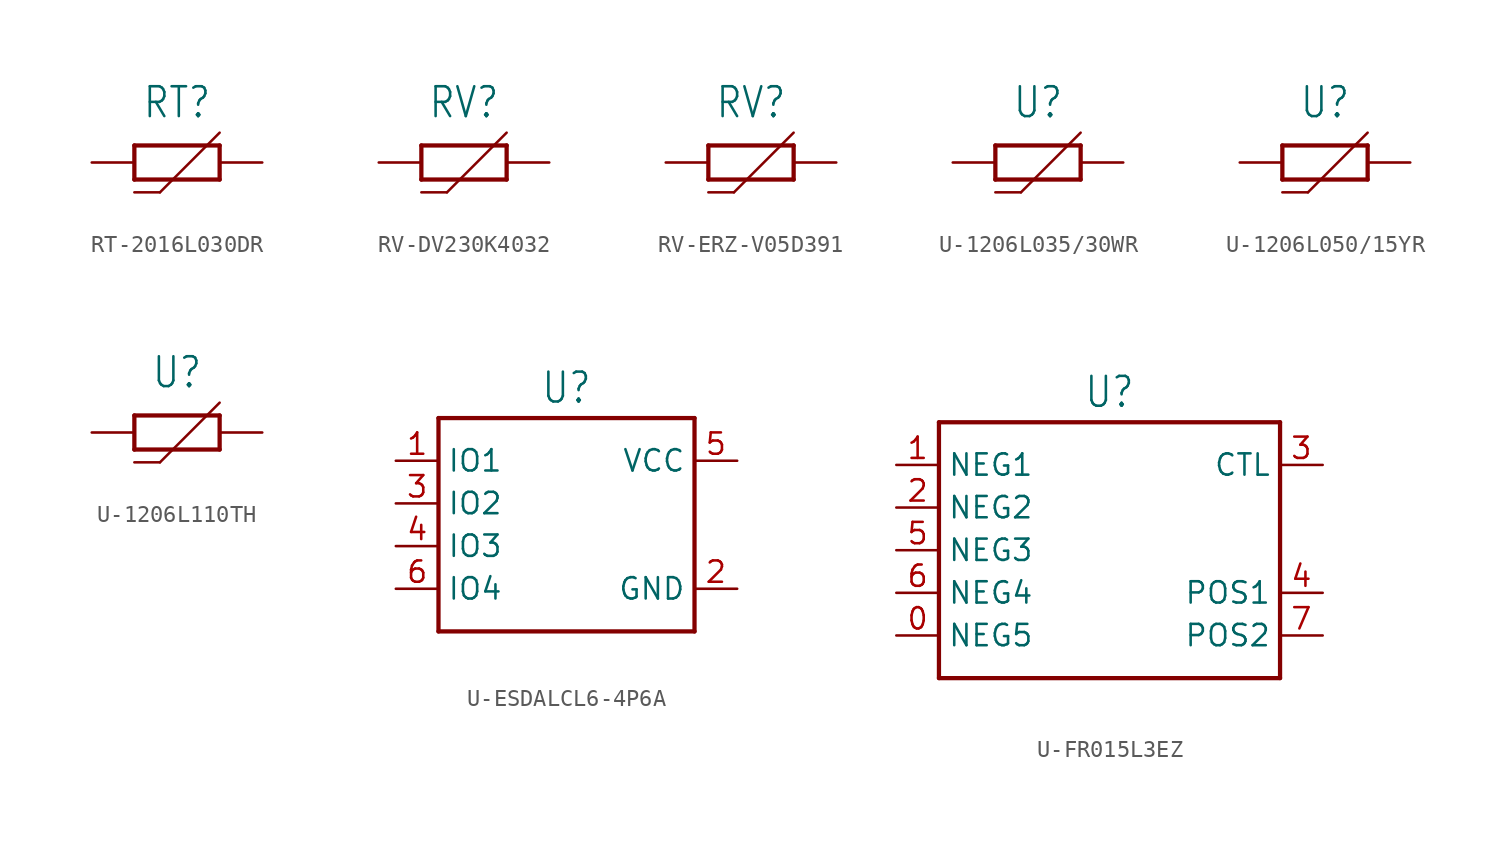
<source format=kicad_sym>
(kicad_symbol_lib
  (version 20231120)
  (generator "kicad_symbol_editor")
  (generator_version "8.0")
  (symbol "RT-2016L030DR"
    (property "Reference" "RT"
      (at 0 2.54 0)
      (effects (font (size 1.778 1.511)) (justify bottom)))
    (property "Value" ""
      (at 0 -2.54 0)
      (effects (font (size 1.778 1.511)) (justify top)))
    (property "ki_locked" ""
      (at 0 0 0)
      (effects (font (size 1.27 1.27))))
    (symbol "RT-2016L030DR_1_0"
      (polyline (pts (xy -2.54 -1.778) (xy -1.016 -1.778)) (stroke (width 0.152) (type solid)) (fill (type none)))
      (polyline (pts (xy -2.54 -1.016) (xy -2.54 1.016)) (stroke (width 0.254) (type solid)) (fill (type none)))
      (polyline (pts (xy -2.54 1.016) (xy 2.54 1.016)) (stroke (width 0.254) (type solid)) (fill (type none)))
      (polyline (pts (xy -1.016 -1.778) (xy 2.54 1.778)) (stroke (width 0.152) (type solid)) (fill (type none)))
      (polyline (pts (xy 2.54 -1.016) (xy -2.54 -1.016)) (stroke (width 0.254) (type solid)) (fill (type none)))
      (polyline (pts (xy 2.54 1.016) (xy 2.54 -1.016)) (stroke (width 0.254) (type solid)) (fill (type none)))
      (pin passive line (at -5.08 0 0) (length 2.54) (name "1" (effects (font (size 0 0)))) (number "1" (effects (font (size 0 0)))))
      (pin passive line (at 5.08 0 180) (length 2.54) (name "2" (effects (font (size 0 0)))) (number "2" (effects (font (size 0 0)))))))
  (symbol "RV-DV230K4032"
    (property "Reference" "RV"
      (at 0 2.54 0)
      (effects (font (size 1.778 1.511)) (justify bottom)))
    (property "Value" ""
      (at 0 -2.54 0)
      (effects (font (size 1.778 1.511)) (justify top)))
    (property "ki_locked" ""
      (at 0 0 0)
      (effects (font (size 1.27 1.27))))
    (symbol "RV-DV230K4032_1_0"
      (polyline (pts (xy -2.54 -1.778) (xy -1.016 -1.778)) (stroke (width 0.152) (type solid)) (fill (type none)))
      (polyline (pts (xy -2.54 -1.016) (xy -2.54 1.016)) (stroke (width 0.254) (type solid)) (fill (type none)))
      (polyline (pts (xy -2.54 1.016) (xy 2.54 1.016)) (stroke (width 0.254) (type solid)) (fill (type none)))
      (polyline (pts (xy -1.016 -1.778) (xy 2.54 1.778)) (stroke (width 0.152) (type solid)) (fill (type none)))
      (polyline (pts (xy 2.54 -1.016) (xy -2.54 -1.016)) (stroke (width 0.254) (type solid)) (fill (type none)))
      (polyline (pts (xy 2.54 1.016) (xy 2.54 -1.016)) (stroke (width 0.254) (type solid)) (fill (type none)))
      (pin passive line (at -5.08 0 0) (length 2.54) (name "1" (effects (font (size 0 0)))) (number "1" (effects (font (size 0 0)))))
      (pin passive line (at 5.08 0 180) (length 2.54) (name "2" (effects (font (size 0 0)))) (number "2" (effects (font (size 0 0)))))))
  (symbol "RV-ERZ-V05D391"
    (property "Reference" "RV"
      (at 0 2.54 0)
      (effects (font (size 1.778 1.511)) (justify bottom)))
    (property "Value" ""
      (at 0 -2.54 0)
      (effects (font (size 1.778 1.511)) (justify top)))
    (property "ki_locked" ""
      (at 0 0 0)
      (effects (font (size 1.27 1.27))))
    (symbol "RV-ERZ-V05D391_1_0"
      (polyline (pts (xy -2.54 -1.778) (xy -1.016 -1.778)) (stroke (width 0.152) (type solid)) (fill (type none)))
      (polyline (pts (xy -2.54 -1.016) (xy -2.54 1.016)) (stroke (width 0.254) (type solid)) (fill (type none)))
      (polyline (pts (xy -2.54 1.016) (xy 2.54 1.016)) (stroke (width 0.254) (type solid)) (fill (type none)))
      (polyline (pts (xy -1.016 -1.778) (xy 2.54 1.778)) (stroke (width 0.152) (type solid)) (fill (type none)))
      (polyline (pts (xy 2.54 -1.016) (xy -2.54 -1.016)) (stroke (width 0.254) (type solid)) (fill (type none)))
      (polyline (pts (xy 2.54 1.016) (xy 2.54 -1.016)) (stroke (width 0.254) (type solid)) (fill (type none)))
      (pin passive line (at -5.08 0 0) (length 2.54) (name "1" (effects (font (size 0 0)))) (number "P$1" (effects (font (size 0 0)))))
      (pin passive line (at 5.08 0 180) (length 2.54) (name "2" (effects (font (size 0 0)))) (number "P$2" (effects (font (size 0 0)))))))
  (symbol "U-1206L035/30WR"
    (property "Reference" "U"
      (at 0 2.54 0)
      (effects (font (size 1.778 1.511)) (justify bottom)))
    (property "Value" ""
      (at 0 -2.54 0)
      (effects (font (size 1.778 1.511)) (justify top)))
    (property "ki_locked" ""
      (at 0 0 0)
      (effects (font (size 1.27 1.27))))
    (symbol "U-1206L035/30WR_1_0"
      (polyline (pts (xy -2.54 -1.778) (xy -1.016 -1.778)) (stroke (width 0.152) (type solid)) (fill (type none)))
      (polyline (pts (xy -2.54 -1.016) (xy -2.54 1.016)) (stroke (width 0.254) (type solid)) (fill (type none)))
      (polyline (pts (xy -2.54 1.016) (xy 2.54 1.016)) (stroke (width 0.254) (type solid)) (fill (type none)))
      (polyline (pts (xy -1.016 -1.778) (xy 2.54 1.778)) (stroke (width 0.152) (type solid)) (fill (type none)))
      (polyline (pts (xy 2.54 -1.016) (xy -2.54 -1.016)) (stroke (width 0.254) (type solid)) (fill (type none)))
      (polyline (pts (xy 2.54 1.016) (xy 2.54 -1.016)) (stroke (width 0.254) (type solid)) (fill (type none)))
      (pin passive line (at -5.08 0 0) (length 2.54) (name "1" (effects (font (size 0 0)))) (number "1" (effects (font (size 0 0)))))
      (pin passive line (at 5.08 0 180) (length 2.54) (name "2" (effects (font (size 0 0)))) (number "2" (effects (font (size 0 0)))))))
  (symbol "U-1206L050/15YR"
    (property "Reference" "U"
      (at 0 2.54 0)
      (effects (font (size 1.778 1.511)) (justify bottom)))
    (property "Value" ""
      (at 0 -2.54 0)
      (effects (font (size 1.778 1.511)) (justify top)))
    (property "ki_locked" ""
      (at 0 0 0)
      (effects (font (size 1.27 1.27))))
    (symbol "U-1206L050/15YR_1_0"
      (polyline (pts (xy -2.54 -1.778) (xy -1.016 -1.778)) (stroke (width 0.152) (type solid)) (fill (type none)))
      (polyline (pts (xy -2.54 -1.016) (xy -2.54 1.016)) (stroke (width 0.254) (type solid)) (fill (type none)))
      (polyline (pts (xy -2.54 1.016) (xy 2.54 1.016)) (stroke (width 0.254) (type solid)) (fill (type none)))
      (polyline (pts (xy -1.016 -1.778) (xy 2.54 1.778)) (stroke (width 0.152) (type solid)) (fill (type none)))
      (polyline (pts (xy 2.54 -1.016) (xy -2.54 -1.016)) (stroke (width 0.254) (type solid)) (fill (type none)))
      (polyline (pts (xy 2.54 1.016) (xy 2.54 -1.016)) (stroke (width 0.254) (type solid)) (fill (type none)))
      (pin passive line (at -5.08 0 0) (length 2.54) (name "1" (effects (font (size 0 0)))) (number "1" (effects (font (size 0 0)))))
      (pin passive line (at 5.08 0 180) (length 2.54) (name "2" (effects (font (size 0 0)))) (number "2" (effects (font (size 0 0)))))))
  (symbol "U-1206L110TH"
    (property "Reference" "U"
      (at 0 2.54 0)
      (effects (font (size 1.778 1.511)) (justify bottom)))
    (property "Value" ""
      (at 0 -2.54 0)
      (effects (font (size 1.778 1.511)) (justify top)))
    (property "ki_locked" ""
      (at 0 0 0)
      (effects (font (size 1.27 1.27))))
    (symbol "U-1206L110TH_1_0"
      (polyline (pts (xy -2.54 -1.778) (xy -1.016 -1.778)) (stroke (width 0.152) (type solid)) (fill (type none)))
      (polyline (pts (xy -2.54 -1.016) (xy -2.54 1.016)) (stroke (width 0.254) (type solid)) (fill (type none)))
      (polyline (pts (xy -2.54 1.016) (xy 2.54 1.016)) (stroke (width 0.254) (type solid)) (fill (type none)))
      (polyline (pts (xy -1.016 -1.778) (xy 2.54 1.778)) (stroke (width 0.152) (type solid)) (fill (type none)))
      (polyline (pts (xy 2.54 -1.016) (xy -2.54 -1.016)) (stroke (width 0.254) (type solid)) (fill (type none)))
      (polyline (pts (xy 2.54 1.016) (xy 2.54 -1.016)) (stroke (width 0.254) (type solid)) (fill (type none)))
      (pin passive line (at -5.08 0 0) (length 2.54) (name "1" (effects (font (size 0 0)))) (number "1" (effects (font (size 0 0)))))
      (pin passive line (at 5.08 0 180) (length 2.54) (name "2" (effects (font (size 0 0)))) (number "2" (effects (font (size 0 0)))))))
  (symbol "U-ESDALCL6-4P6A"
    (property "Reference" "U"
      (at 0 5.842 0)
      (effects (font (size 1.778 1.511)) (justify bottom)))
    (property "Value" ""
      (at 0 -8.382 0)
      (effects (font (size 1.778 1.511)) (justify top)))
    (property "ki_locked" ""
      (at 0 0 0)
      (effects (font (size 1.27 1.27))))
    (symbol "U-ESDALCL6-4P6A_1_0"
      (polyline (pts (xy -7.62 -7.62) (xy -7.62 5.08)) (stroke (width 0.254) (type solid)) (fill (type none)))
      (polyline (pts (xy -7.62 5.08) (xy 7.62 5.08)) (stroke (width 0.254) (type solid)) (fill (type none)))
      (polyline (pts (xy 7.62 -7.62) (xy -7.62 -7.62)) (stroke (width 0.254) (type solid)) (fill (type none)))
      (polyline (pts (xy 7.62 5.08) (xy 7.62 -7.62)) (stroke (width 0.254) (type solid)) (fill (type none)))
      (pin passive line (at -10.16 2.54 0) (length 2.54) (name "IO1" (effects (font (size 1.27 1.27)))) (number "1" (effects (font (size 1.27 1.27)))))
      (pin passive line (at 10.16 -5.08 180) (length 2.54) (name "GND" (effects (font (size 1.27 1.27)))) (number "2" (effects (font (size 1.27 1.27)))))
      (pin passive line (at -10.16 0 0) (length 2.54) (name "IO2" (effects (font (size 1.27 1.27)))) (number "3" (effects (font (size 1.27 1.27)))))
      (pin passive line (at -10.16 -2.54 0) (length 2.54) (name "IO3" (effects (font (size 1.27 1.27)))) (number "4" (effects (font (size 1.27 1.27)))))
      (pin passive line (at 10.16 2.54 180) (length 2.54) (name "VCC" (effects (font (size 1.27 1.27)))) (number "5" (effects (font (size 1.27 1.27)))))
      (pin passive line (at -10.16 -5.08 0) (length 2.54) (name "IO4" (effects (font (size 1.27 1.27)))) (number "6" (effects (font (size 1.27 1.27)))))))
  (symbol "U-FR015L3EZ"
    (property "Reference" "U"
      (at 0 8.382 0)
      (effects (font (size 1.778 1.511)) (justify bottom)))
    (property "Value" ""
      (at 0 -8.382 0)
      (effects (font (size 1.778 1.511)) (justify top)))
    (property "ki_locked" ""
      (at 0 0 0)
      (effects (font (size 1.27 1.27))))
    (symbol "U-FR015L3EZ_1_0"
      (polyline (pts (xy -10.16 -7.62) (xy -10.16 7.62)) (stroke (width 0.254) (type solid)) (fill (type none)))
      (polyline (pts (xy -10.16 7.62) (xy 10.16 7.62)) (stroke (width 0.254) (type solid)) (fill (type none)))
      (polyline (pts (xy 10.16 -7.62) (xy -10.16 -7.62)) (stroke (width 0.254) (type solid)) (fill (type none)))
      (polyline (pts (xy 10.16 7.62) (xy 10.16 -7.62)) (stroke (width 0.254) (type solid)) (fill (type none)))
      (pin passive line (at -12.7 -5.08 0) (length 2.54) (name "NEG5" (effects (font (size 1.27 1.27)))) (number "0" (effects (font (size 1.27 1.27)))))
      (pin passive line (at -12.7 5.08 0) (length 2.54) (name "NEG1" (effects (font (size 1.27 1.27)))) (number "1" (effects (font (size 1.27 1.27)))))
      (pin passive line (at -12.7 2.54 0) (length 2.54) (name "NEG2" (effects (font (size 1.27 1.27)))) (number "2" (effects (font (size 1.27 1.27)))))
      (pin passive line (at 12.7 5.08 180) (length 2.54) (name "CTL" (effects (font (size 1.27 1.27)))) (number "3" (effects (font (size 1.27 1.27)))))
      (pin passive line (at 12.7 -2.54 180) (length 2.54) (name "POS1" (effects (font (size 1.27 1.27)))) (number "4" (effects (font (size 1.27 1.27)))))
      (pin passive line (at -12.7 0 0) (length 2.54) (name "NEG3" (effects (font (size 1.27 1.27)))) (number "5" (effects (font (size 1.27 1.27)))))
      (pin passive line (at -12.7 -2.54 0) (length 2.54) (name "NEG4" (effects (font (size 1.27 1.27)))) (number "6" (effects (font (size 1.27 1.27)))))
      (pin passive line (at 12.7 -5.08 180) (length 2.54) (name "POS2" (effects (font (size 1.27 1.27)))) (number "7" (effects (font (size 1.27 1.27))))))))
</source>
